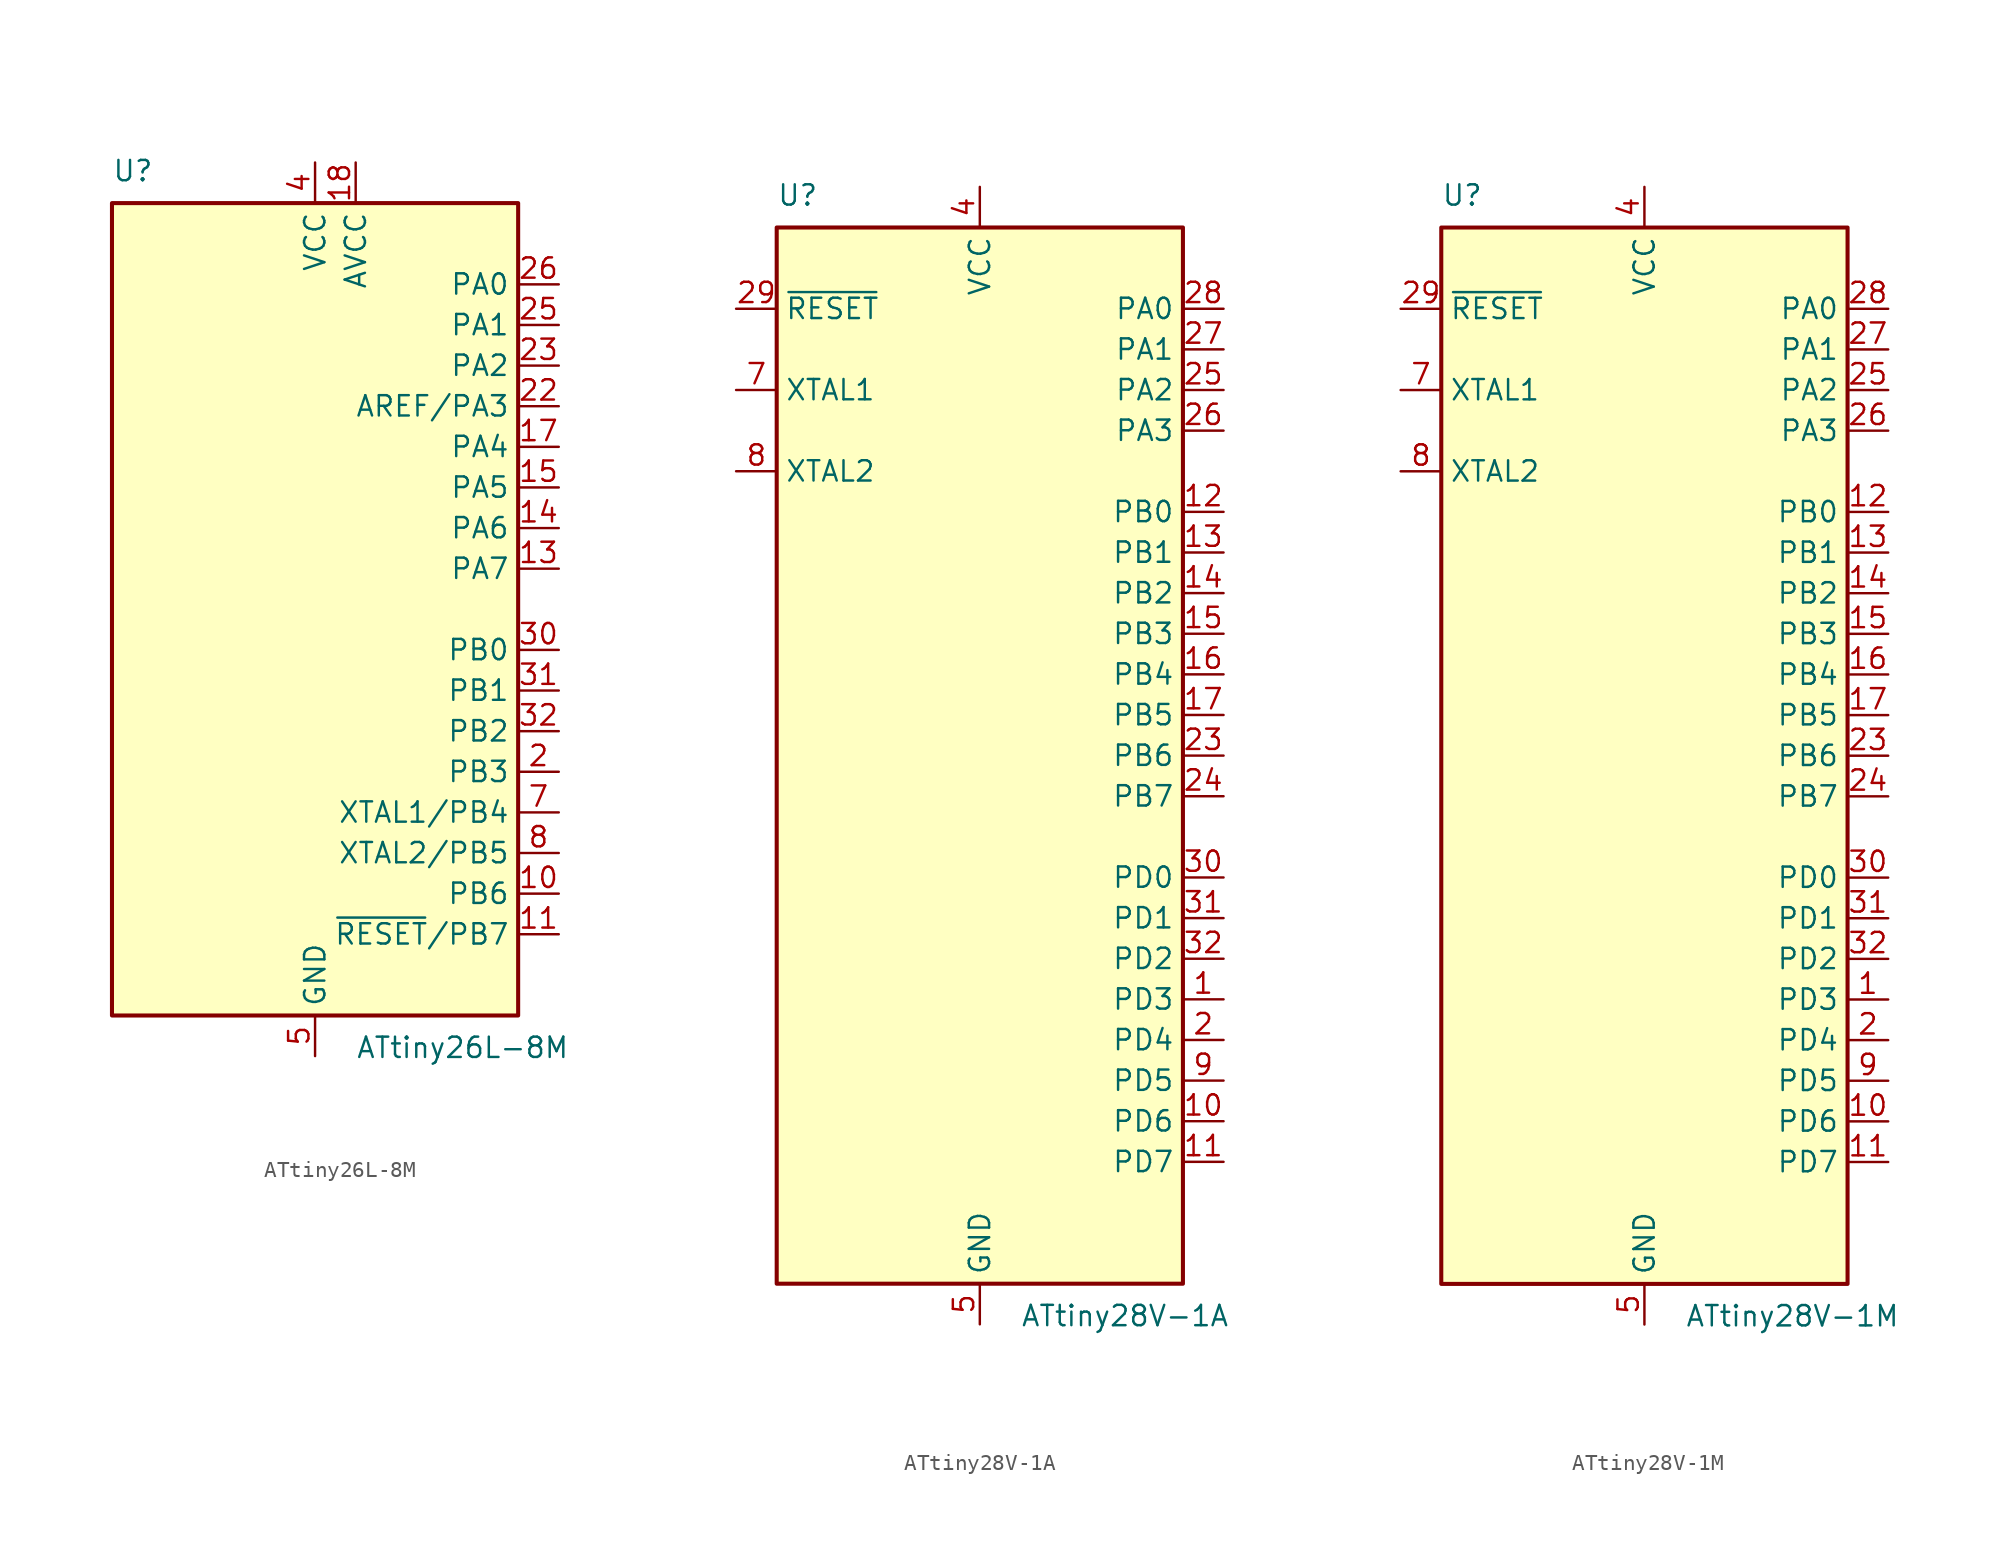
<source format=kicad_sym>
(kicad_symbol_lib
  (version 20231120)
  (generator "kicad_symbol_editor")
  (generator_version "8.0")
  (symbol "ATtiny26L-8M"
    (property "Reference" "U"
      (at -12.7 26.67 0)
      (effects (font (size 1.27 1.27)) (justify left bottom)))
    (property "Value" "ATtiny26L-8M"
      (at 2.54 -26.67 0)
      (effects (font (size 1.27 1.27)) (justify left top)))
    (symbol "ATtiny26L-8M_0_1"
      (rectangle (start -12.7 -25.4) (end 12.7 25.4) (stroke (width 0.254) (type default)) (fill (type background))))
    (symbol "ATtiny26L-8M_1_1"
      (pin no_connect line (at -12.7 5.08 0) (length 2.54) hide (name "NC" (effects (font (size 1.27 1.27)))) (number "1" (effects (font (size 1.27 1.27)))))
      (pin bidirectional line (at 15.24 -17.78 180) (length 2.54) (name "PB6" (effects (font (size 1.27 1.27)))) (number "10" (effects (font (size 1.27 1.27)))))
      (pin bidirectional line (at 15.24 -20.32 180) (length 2.54) (name "~{RESET}/PB7" (effects (font (size 1.27 1.27)))) (number "11" (effects (font (size 1.27 1.27)))))
      (pin no_connect line (at -12.7 -5.08 0) (length 2.54) hide (name "NC" (effects (font (size 1.27 1.27)))) (number "12" (effects (font (size 1.27 1.27)))))
      (pin bidirectional line (at 15.24 2.54 180) (length 2.54) (name "PA7" (effects (font (size 1.27 1.27)))) (number "13" (effects (font (size 1.27 1.27)))))
      (pin bidirectional line (at 15.24 5.08 180) (length 2.54) (name "PA6" (effects (font (size 1.27 1.27)))) (number "14" (effects (font (size 1.27 1.27)))))
      (pin bidirectional line (at 15.24 7.62 180) (length 2.54) (name "PA5" (effects (font (size 1.27 1.27)))) (number "15" (effects (font (size 1.27 1.27)))))
      (pin no_connect line (at -12.7 -7.62 0) (length 2.54) hide (name "NC" (effects (font (size 1.27 1.27)))) (number "16" (effects (font (size 1.27 1.27)))))
      (pin bidirectional line (at 15.24 10.16 180) (length 2.54) (name "PA4" (effects (font (size 1.27 1.27)))) (number "17" (effects (font (size 1.27 1.27)))))
      (pin power_in line (at 2.54 27.94 270) (length 2.54) (name "AVCC" (effects (font (size 1.27 1.27)))) (number "18" (effects (font (size 1.27 1.27)))))
      (pin no_connect line (at -12.7 -10.16 0) (length 2.54) hide (name "NC" (effects (font (size 1.27 1.27)))) (number "19" (effects (font (size 1.27 1.27)))))
      (pin bidirectional line (at 15.24 -10.16 180) (length 2.54) (name "PB3" (effects (font (size 1.27 1.27)))) (number "2" (effects (font (size 1.27 1.27)))))
      (pin no_connect line (at -12.7 -12.7 0) (length 2.54) hide (name "NC" (effects (font (size 1.27 1.27)))) (number "20" (effects (font (size 1.27 1.27)))))
      (pin passive line (at 0 -27.94 90) (length 2.54) hide (name "GND" (effects (font (size 1.27 1.27)))) (number "21" (effects (font (size 1.27 1.27)))))
      (pin bidirectional line (at 15.24 12.7 180) (length 2.54) (name "AREF/PA3" (effects (font (size 1.27 1.27)))) (number "22" (effects (font (size 1.27 1.27)))))
      (pin bidirectional line (at 15.24 15.24 180) (length 2.54) (name "PA2" (effects (font (size 1.27 1.27)))) (number "23" (effects (font (size 1.27 1.27)))))
      (pin no_connect line (at -12.7 -15.24 0) (length 2.54) hide (name "NC" (effects (font (size 1.27 1.27)))) (number "24" (effects (font (size 1.27 1.27)))))
      (pin bidirectional line (at 15.24 17.78 180) (length 2.54) (name "PA1" (effects (font (size 1.27 1.27)))) (number "25" (effects (font (size 1.27 1.27)))))
      (pin bidirectional line (at 15.24 20.32 180) (length 2.54) (name "PA0" (effects (font (size 1.27 1.27)))) (number "26" (effects (font (size 1.27 1.27)))))
      (pin no_connect line (at -12.7 -17.78 0) (length 2.54) hide (name "NC" (effects (font (size 1.27 1.27)))) (number "27" (effects (font (size 1.27 1.27)))))
      (pin no_connect line (at -12.7 -20.32 0) (length 2.54) hide (name "NC" (effects (font (size 1.27 1.27)))) (number "28" (effects (font (size 1.27 1.27)))))
      (pin no_connect line (at -12.7 -22.86 0) (length 2.54) hide (name "NC" (effects (font (size 1.27 1.27)))) (number "29" (effects (font (size 1.27 1.27)))))
      (pin no_connect line (at -12.7 2.54 0) (length 2.54) hide (name "NC" (effects (font (size 1.27 1.27)))) (number "3" (effects (font (size 1.27 1.27)))))
      (pin bidirectional line (at 15.24 -2.54 180) (length 2.54) (name "PB0" (effects (font (size 1.27 1.27)))) (number "30" (effects (font (size 1.27 1.27)))))
      (pin bidirectional line (at 15.24 -5.08 180) (length 2.54) (name "PB1" (effects (font (size 1.27 1.27)))) (number "31" (effects (font (size 1.27 1.27)))))
      (pin bidirectional line (at 15.24 -7.62 180) (length 2.54) (name "PB2" (effects (font (size 1.27 1.27)))) (number "32" (effects (font (size 1.27 1.27)))))
      (pin passive line (at 0 -27.94 90) (length 2.54) hide (name "GND" (effects (font (size 1.27 1.27)))) (number "33" (effects (font (size 1.27 1.27)))))
      (pin power_in line (at 0 27.94 270) (length 2.54) (name "VCC" (effects (font (size 1.27 1.27)))) (number "4" (effects (font (size 1.27 1.27)))))
      (pin power_in line (at 0 -27.94 90) (length 2.54) (name "GND" (effects (font (size 1.27 1.27)))) (number "5" (effects (font (size 1.27 1.27)))))
      (pin no_connect line (at -12.7 0 0) (length 2.54) hide (name "NC" (effects (font (size 1.27 1.27)))) (number "6" (effects (font (size 1.27 1.27)))))
      (pin bidirectional line (at 15.24 -12.7 180) (length 2.54) (name "XTAL1/PB4" (effects (font (size 1.27 1.27)))) (number "7" (effects (font (size 1.27 1.27)))))
      (pin bidirectional line (at 15.24 -15.24 180) (length 2.54) (name "XTAL2/PB5" (effects (font (size 1.27 1.27)))) (number "8" (effects (font (size 1.27 1.27)))))
      (pin no_connect line (at -12.7 -2.54 0) (length 2.54) hide (name "NC" (effects (font (size 1.27 1.27)))) (number "9" (effects (font (size 1.27 1.27)))))))
  (symbol "ATtiny28V-1A"
    (property "Reference" "U"
      (at -12.7 34.29 0)
      (effects (font (size 1.27 1.27)) (justify left bottom)))
    (property "Value" "ATtiny28V-1A"
      (at 2.54 -34.29 0)
      (effects (font (size 1.27 1.27)) (justify left top)))
    (symbol "ATtiny28V-1A_0_1"
      (rectangle (start -12.7 -33.02) (end 12.7 33.02) (stroke (width 0.254) (type default)) (fill (type background))))
    (symbol "ATtiny28V-1A_1_1"
      (pin bidirectional line (at 15.24 -15.24 180) (length 2.54) (name "PD3" (effects (font (size 1.27 1.27)))) (number "1" (effects (font (size 1.27 1.27)))))
      (pin bidirectional line (at 15.24 -22.86 180) (length 2.54) (name "PD6" (effects (font (size 1.27 1.27)))) (number "10" (effects (font (size 1.27 1.27)))))
      (pin bidirectional line (at 15.24 -25.4 180) (length 2.54) (name "PD7" (effects (font (size 1.27 1.27)))) (number "11" (effects (font (size 1.27 1.27)))))
      (pin bidirectional line (at 15.24 15.24 180) (length 2.54) (name "PB0" (effects (font (size 1.27 1.27)))) (number "12" (effects (font (size 1.27 1.27)))))
      (pin bidirectional line (at 15.24 12.7 180) (length 2.54) (name "PB1" (effects (font (size 1.27 1.27)))) (number "13" (effects (font (size 1.27 1.27)))))
      (pin bidirectional line (at 15.24 10.16 180) (length 2.54) (name "PB2" (effects (font (size 1.27 1.27)))) (number "14" (effects (font (size 1.27 1.27)))))
      (pin bidirectional line (at 15.24 7.62 180) (length 2.54) (name "PB3" (effects (font (size 1.27 1.27)))) (number "15" (effects (font (size 1.27 1.27)))))
      (pin bidirectional line (at 15.24 5.08 180) (length 2.54) (name "PB4" (effects (font (size 1.27 1.27)))) (number "16" (effects (font (size 1.27 1.27)))))
      (pin bidirectional line (at 15.24 2.54 180) (length 2.54) (name "PB5" (effects (font (size 1.27 1.27)))) (number "17" (effects (font (size 1.27 1.27)))))
      (pin passive line (at 0 35.56 270) (length 2.54) hide (name "VCC" (effects (font (size 1.27 1.27)))) (number "18" (effects (font (size 1.27 1.27)))))
      (pin no_connect line (at -12.7 -25.4 0) (length 2.54) hide (name "NC" (effects (font (size 1.27 1.27)))) (number "19" (effects (font (size 1.27 1.27)))))
      (pin bidirectional line (at 15.24 -17.78 180) (length 2.54) (name "PD4" (effects (font (size 1.27 1.27)))) (number "2" (effects (font (size 1.27 1.27)))))
      (pin no_connect line (at -12.7 -27.94 0) (length 2.54) hide (name "NC" (effects (font (size 1.27 1.27)))) (number "20" (effects (font (size 1.27 1.27)))))
      (pin passive line (at 0 -35.56 90) (length 2.54) hide (name "GND" (effects (font (size 1.27 1.27)))) (number "21" (effects (font (size 1.27 1.27)))))
      (pin no_connect line (at -12.7 -30.48 0) (length 2.54) hide (name "NC" (effects (font (size 1.27 1.27)))) (number "22" (effects (font (size 1.27 1.27)))))
      (pin bidirectional line (at 15.24 0 180) (length 2.54) (name "PB6" (effects (font (size 1.27 1.27)))) (number "23" (effects (font (size 1.27 1.27)))))
      (pin bidirectional line (at 15.24 -2.54 180) (length 2.54) (name "PB7" (effects (font (size 1.27 1.27)))) (number "24" (effects (font (size 1.27 1.27)))))
      (pin bidirectional line (at 15.24 22.86 180) (length 2.54) (name "PA2" (effects (font (size 1.27 1.27)))) (number "25" (effects (font (size 1.27 1.27)))))
      (pin bidirectional line (at 15.24 20.32 180) (length 2.54) (name "PA3" (effects (font (size 1.27 1.27)))) (number "26" (effects (font (size 1.27 1.27)))))
      (pin bidirectional line (at 15.24 25.4 180) (length 2.54) (name "PA1" (effects (font (size 1.27 1.27)))) (number "27" (effects (font (size 1.27 1.27)))))
      (pin bidirectional line (at 15.24 27.94 180) (length 2.54) (name "PA0" (effects (font (size 1.27 1.27)))) (number "28" (effects (font (size 1.27 1.27)))))
      (pin input line (at -15.24 27.94 0) (length 2.54) (name "~{RESET}" (effects (font (size 1.27 1.27)))) (number "29" (effects (font (size 1.27 1.27)))))
      (pin no_connect line (at -12.7 -20.32 0) (length 2.54) hide (name "NC" (effects (font (size 1.27 1.27)))) (number "3" (effects (font (size 1.27 1.27)))))
      (pin bidirectional line (at 15.24 -7.62 180) (length 2.54) (name "PD0" (effects (font (size 1.27 1.27)))) (number "30" (effects (font (size 1.27 1.27)))))
      (pin bidirectional line (at 15.24 -10.16 180) (length 2.54) (name "PD1" (effects (font (size 1.27 1.27)))) (number "31" (effects (font (size 1.27 1.27)))))
      (pin bidirectional line (at 15.24 -12.7 180) (length 2.54) (name "PD2" (effects (font (size 1.27 1.27)))) (number "32" (effects (font (size 1.27 1.27)))))
      (pin power_in line (at 0 35.56 270) (length 2.54) (name "VCC" (effects (font (size 1.27 1.27)))) (number "4" (effects (font (size 1.27 1.27)))))
      (pin power_in line (at 0 -35.56 90) (length 2.54) (name "GND" (effects (font (size 1.27 1.27)))) (number "5" (effects (font (size 1.27 1.27)))))
      (pin no_connect line (at -12.7 -22.86 0) (length 2.54) hide (name "NC" (effects (font (size 1.27 1.27)))) (number "6" (effects (font (size 1.27 1.27)))))
      (pin input line (at -15.24 22.86 0) (length 2.54) (name "XTAL1" (effects (font (size 1.27 1.27)))) (number "7" (effects (font (size 1.27 1.27)))))
      (pin output line (at -15.24 17.78 0) (length 2.54) (name "XTAL2" (effects (font (size 1.27 1.27)))) (number "8" (effects (font (size 1.27 1.27)))))
      (pin bidirectional line (at 15.24 -20.32 180) (length 2.54) (name "PD5" (effects (font (size 1.27 1.27)))) (number "9" (effects (font (size 1.27 1.27)))))))
  (symbol "ATtiny28V-1M"
    (property "Reference" "U"
      (at -12.7 34.29 0)
      (effects (font (size 1.27 1.27)) (justify left bottom)))
    (property "Value" "ATtiny28V-1M"
      (at 2.54 -34.29 0)
      (effects (font (size 1.27 1.27)) (justify left top)))
    (symbol "ATtiny28V-1M_0_1"
      (rectangle (start -12.7 -33.02) (end 12.7 33.02) (stroke (width 0.254) (type default)) (fill (type background))))
    (symbol "ATtiny28V-1M_1_1"
      (pin bidirectional line (at 15.24 -15.24 180) (length 2.54) (name "PD3" (effects (font (size 1.27 1.27)))) (number "1" (effects (font (size 1.27 1.27)))))
      (pin bidirectional line (at 15.24 -22.86 180) (length 2.54) (name "PD6" (effects (font (size 1.27 1.27)))) (number "10" (effects (font (size 1.27 1.27)))))
      (pin bidirectional line (at 15.24 -25.4 180) (length 2.54) (name "PD7" (effects (font (size 1.27 1.27)))) (number "11" (effects (font (size 1.27 1.27)))))
      (pin bidirectional line (at 15.24 15.24 180) (length 2.54) (name "PB0" (effects (font (size 1.27 1.27)))) (number "12" (effects (font (size 1.27 1.27)))))
      (pin bidirectional line (at 15.24 12.7 180) (length 2.54) (name "PB1" (effects (font (size 1.27 1.27)))) (number "13" (effects (font (size 1.27 1.27)))))
      (pin bidirectional line (at 15.24 10.16 180) (length 2.54) (name "PB2" (effects (font (size 1.27 1.27)))) (number "14" (effects (font (size 1.27 1.27)))))
      (pin bidirectional line (at 15.24 7.62 180) (length 2.54) (name "PB3" (effects (font (size 1.27 1.27)))) (number "15" (effects (font (size 1.27 1.27)))))
      (pin bidirectional line (at 15.24 5.08 180) (length 2.54) (name "PB4" (effects (font (size 1.27 1.27)))) (number "16" (effects (font (size 1.27 1.27)))))
      (pin bidirectional line (at 15.24 2.54 180) (length 2.54) (name "PB5" (effects (font (size 1.27 1.27)))) (number "17" (effects (font (size 1.27 1.27)))))
      (pin passive line (at 0 35.56 270) (length 2.54) hide (name "VCC" (effects (font (size 1.27 1.27)))) (number "18" (effects (font (size 1.27 1.27)))))
      (pin no_connect line (at -12.7 -25.4 0) (length 2.54) hide (name "NC" (effects (font (size 1.27 1.27)))) (number "19" (effects (font (size 1.27 1.27)))))
      (pin bidirectional line (at 15.24 -17.78 180) (length 2.54) (name "PD4" (effects (font (size 1.27 1.27)))) (number "2" (effects (font (size 1.27 1.27)))))
      (pin no_connect line (at -12.7 -27.94 0) (length 2.54) hide (name "NC" (effects (font (size 1.27 1.27)))) (number "20" (effects (font (size 1.27 1.27)))))
      (pin passive line (at 0 -35.56 90) (length 2.54) hide (name "GND" (effects (font (size 1.27 1.27)))) (number "21" (effects (font (size 1.27 1.27)))))
      (pin no_connect line (at -12.7 -30.48 0) (length 2.54) hide (name "NC" (effects (font (size 1.27 1.27)))) (number "22" (effects (font (size 1.27 1.27)))))
      (pin bidirectional line (at 15.24 0 180) (length 2.54) (name "PB6" (effects (font (size 1.27 1.27)))) (number "23" (effects (font (size 1.27 1.27)))))
      (pin bidirectional line (at 15.24 -2.54 180) (length 2.54) (name "PB7" (effects (font (size 1.27 1.27)))) (number "24" (effects (font (size 1.27 1.27)))))
      (pin bidirectional line (at 15.24 22.86 180) (length 2.54) (name "PA2" (effects (font (size 1.27 1.27)))) (number "25" (effects (font (size 1.27 1.27)))))
      (pin bidirectional line (at 15.24 20.32 180) (length 2.54) (name "PA3" (effects (font (size 1.27 1.27)))) (number "26" (effects (font (size 1.27 1.27)))))
      (pin bidirectional line (at 15.24 25.4 180) (length 2.54) (name "PA1" (effects (font (size 1.27 1.27)))) (number "27" (effects (font (size 1.27 1.27)))))
      (pin bidirectional line (at 15.24 27.94 180) (length 2.54) (name "PA0" (effects (font (size 1.27 1.27)))) (number "28" (effects (font (size 1.27 1.27)))))
      (pin input line (at -15.24 27.94 0) (length 2.54) (name "~{RESET}" (effects (font (size 1.27 1.27)))) (number "29" (effects (font (size 1.27 1.27)))))
      (pin no_connect line (at -12.7 -20.32 0) (length 2.54) hide (name "NC" (effects (font (size 1.27 1.27)))) (number "3" (effects (font (size 1.27 1.27)))))
      (pin bidirectional line (at 15.24 -7.62 180) (length 2.54) (name "PD0" (effects (font (size 1.27 1.27)))) (number "30" (effects (font (size 1.27 1.27)))))
      (pin bidirectional line (at 15.24 -10.16 180) (length 2.54) (name "PD1" (effects (font (size 1.27 1.27)))) (number "31" (effects (font (size 1.27 1.27)))))
      (pin bidirectional line (at 15.24 -12.7 180) (length 2.54) (name "PD2" (effects (font (size 1.27 1.27)))) (number "32" (effects (font (size 1.27 1.27)))))
      (pin passive line (at 0 -35.56 90) (length 2.54) hide (name "GND" (effects (font (size 1.27 1.27)))) (number "33" (effects (font (size 1.27 1.27)))))
      (pin power_in line (at 0 35.56 270) (length 2.54) (name "VCC" (effects (font (size 1.27 1.27)))) (number "4" (effects (font (size 1.27 1.27)))))
      (pin power_in line (at 0 -35.56 90) (length 2.54) (name "GND" (effects (font (size 1.27 1.27)))) (number "5" (effects (font (size 1.27 1.27)))))
      (pin no_connect line (at -12.7 -22.86 0) (length 2.54) hide (name "NC" (effects (font (size 1.27 1.27)))) (number "6" (effects (font (size 1.27 1.27)))))
      (pin input line (at -15.24 22.86 0) (length 2.54) (name "XTAL1" (effects (font (size 1.27 1.27)))) (number "7" (effects (font (size 1.27 1.27)))))
      (pin output line (at -15.24 17.78 0) (length 2.54) (name "XTAL2" (effects (font (size 1.27 1.27)))) (number "8" (effects (font (size 1.27 1.27)))))
      (pin bidirectional line (at 15.24 -20.32 180) (length 2.54) (name "PD5" (effects (font (size 1.27 1.27)))) (number "9" (effects (font (size 1.27 1.27))))))))
</source>
